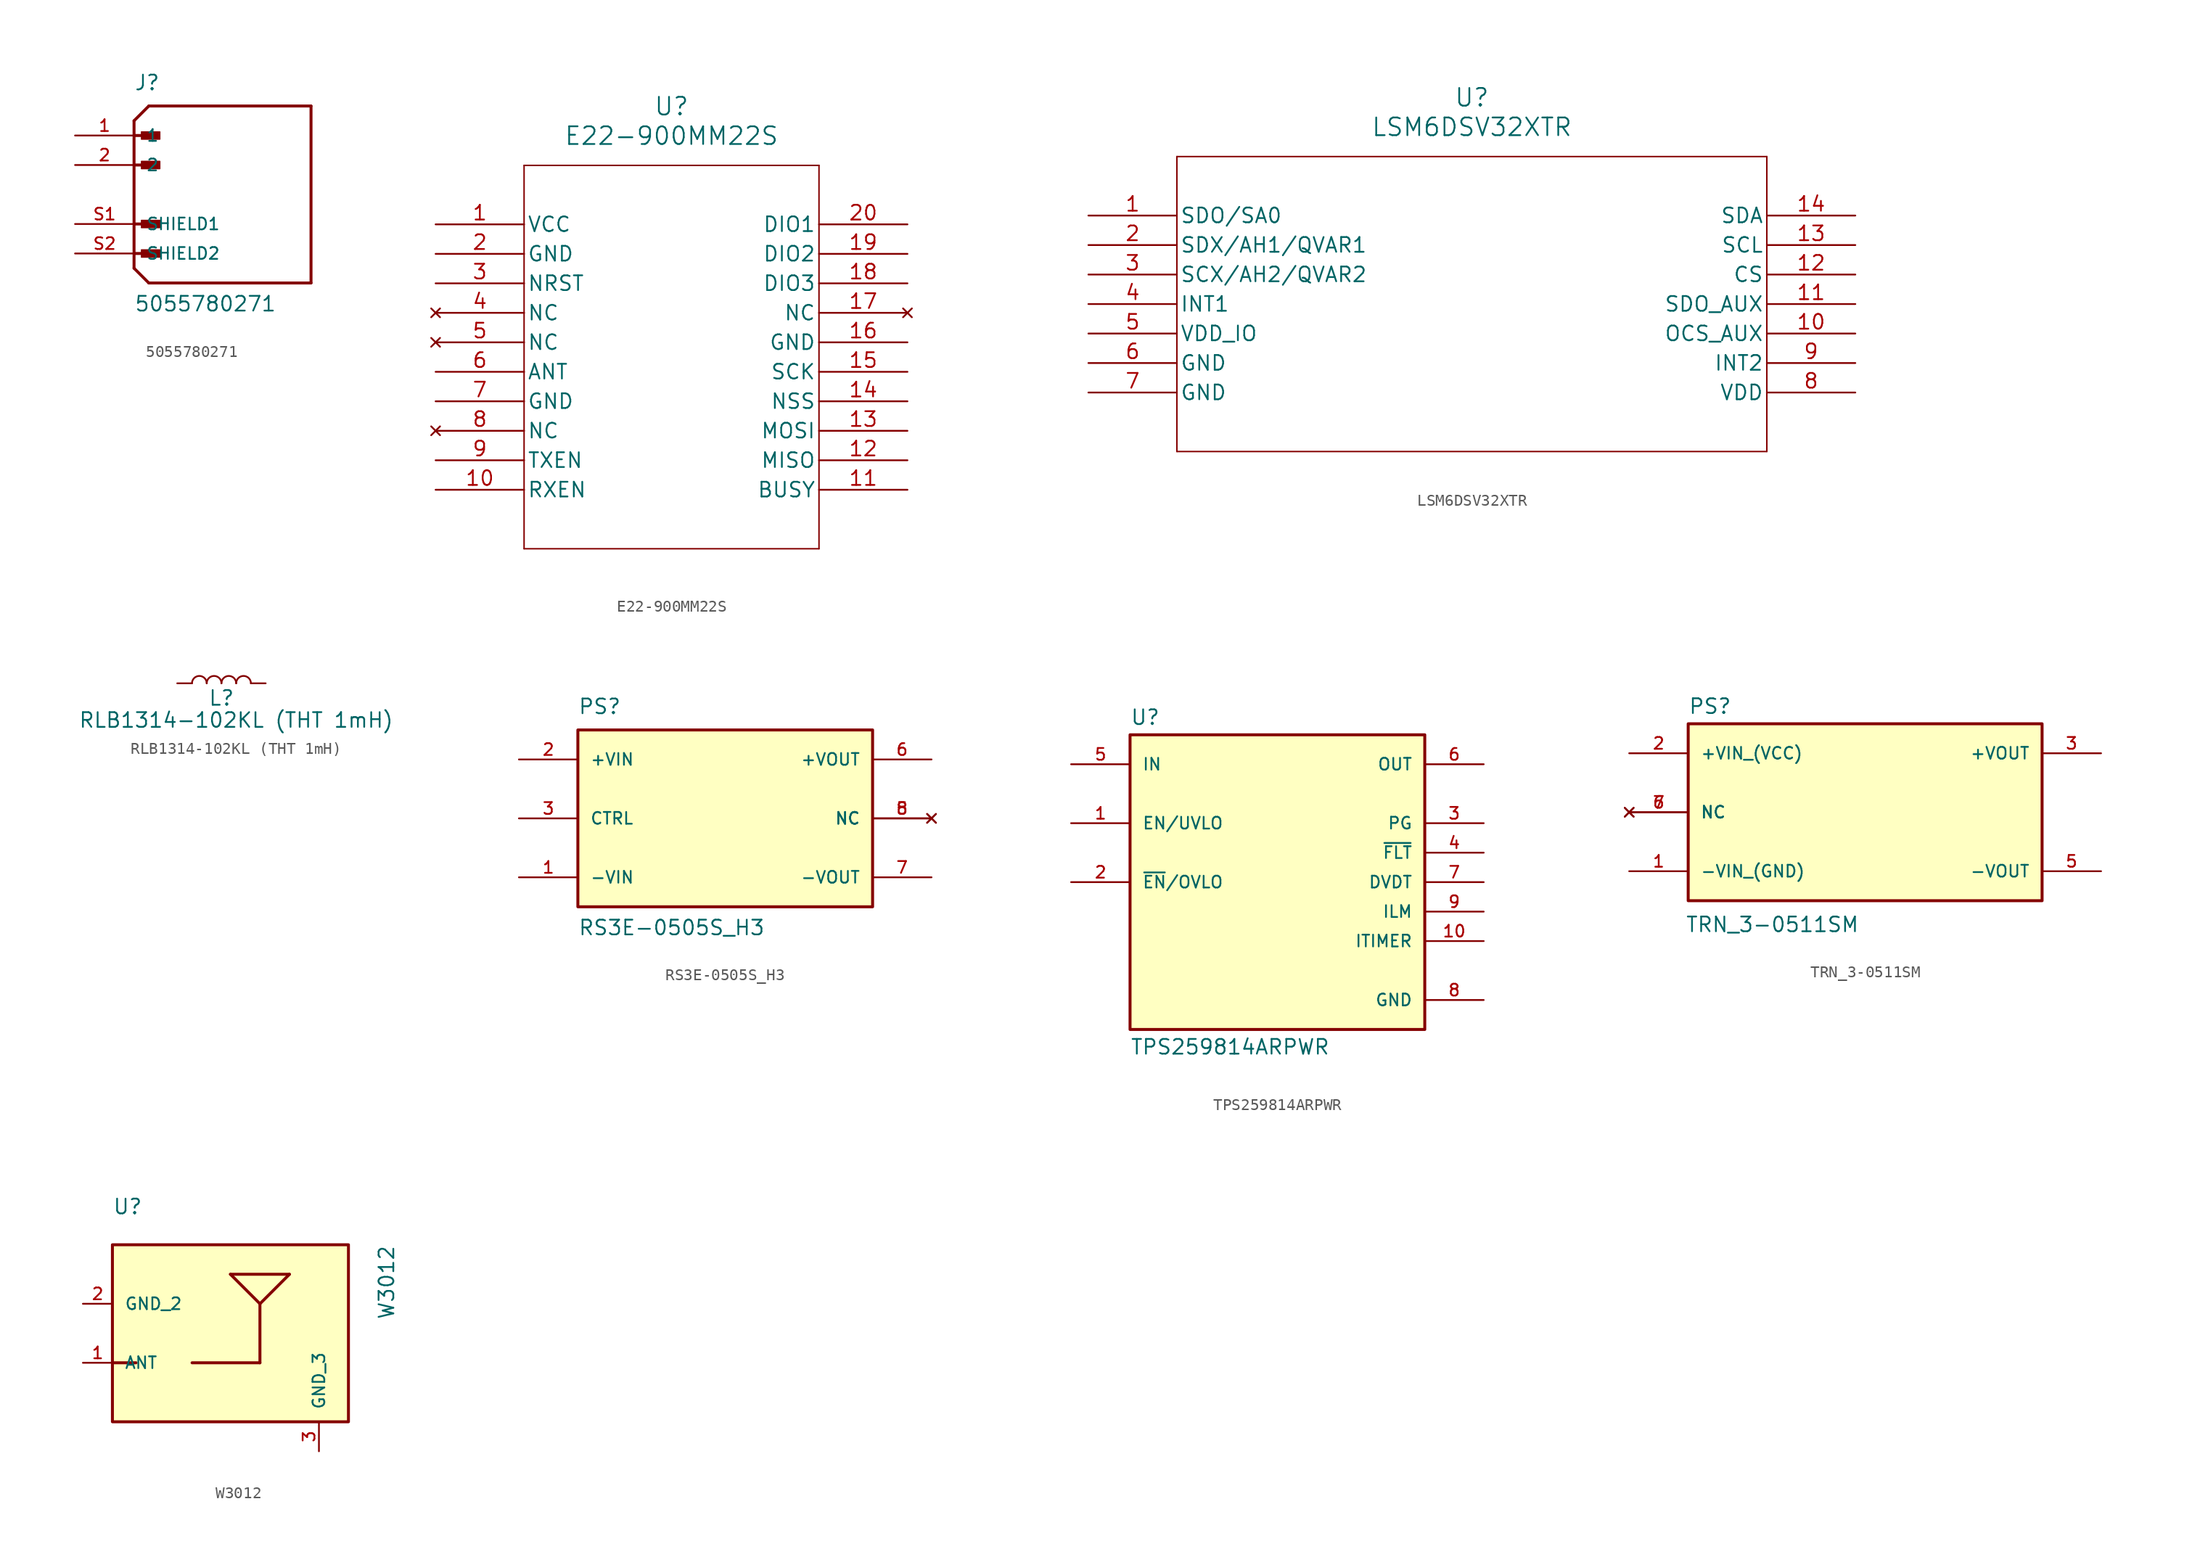
<source format=kicad_sym>
(kicad_symbol_lib
  (version 20231120)
  (generator "kicad_symbol_editor")
  (generator_version "8.0")
  (symbol "5055780271"
    (pin_names
      (offset 1.016))
    (property "Reference" "J"
      (at -7.62 8.89 0)
      (effects (font (size 1.27 1.27)) (justify left bottom)))
    (property "Value" "5055780271"
      (at -7.62 -10.16 0)
      (effects (font (size 1.27 1.27)) (justify left bottom)))
    (symbol "5055780271_0_0"
      (rectangle (start -6.985 -5.397) (end -5.397 -4.763) (stroke (width 0.1) (type default)) (fill (type outline)))
      (rectangle (start -6.985 -2.857) (end -5.397 -2.223) (stroke (width 0.1) (type default)) (fill (type outline)))
      (rectangle (start -6.985 2.223) (end -5.397 2.857) (stroke (width 0.1) (type default)) (fill (type outline)))
      (rectangle (start -6.985 4.763) (end -5.397 5.397) (stroke (width 0.1) (type default)) (fill (type outline)))
      (polyline (pts (xy -7.62 -6.35) (xy -6.35 -7.62)) (stroke (width 0.254) (type default)) (fill (type none)))
      (polyline (pts (xy -7.62 -5.08) (xy -5.715 -5.08)) (stroke (width 0.254) (type default)) (fill (type none)))
      (polyline (pts (xy -7.62 -2.54) (xy -5.715 -2.54)) (stroke (width 0.254) (type default)) (fill (type none)))
      (polyline (pts (xy -7.62 2.54) (xy -5.715 2.54)) (stroke (width 0.254) (type default)) (fill (type none)))
      (polyline (pts (xy -7.62 5.08) (xy -7.62 -6.35)) (stroke (width 0.254) (type default)) (fill (type none)))
      (polyline (pts (xy -7.62 5.08) (xy -5.715 5.08)) (stroke (width 0.254) (type default)) (fill (type none)))
      (polyline (pts (xy -7.62 6.35) (xy -7.62 5.08)) (stroke (width 0.254) (type default)) (fill (type none)))
      (polyline (pts (xy -7.62 6.35) (xy -6.35 7.62)) (stroke (width 0.254) (type default)) (fill (type none)))
      (polyline (pts (xy -6.35 -7.62) (xy 7.62 -7.62)) (stroke (width 0.254) (type default)) (fill (type none)))
      (polyline (pts (xy 7.62 -7.62) (xy 7.62 7.62)) (stroke (width 0.254) (type default)) (fill (type none)))
      (polyline (pts (xy 7.62 7.62) (xy -6.35 7.62)) (stroke (width 0.254) (type default)) (fill (type none)))
      (pin passive line (at -12.7 5.08 0) (length 5.08) (name "1" (effects (font (size 1.016 1.016)))) (number "1" (effects (font (size 1.016 1.016)))))
      (pin passive line (at -12.7 2.54 0) (length 5.08) (name "2" (effects (font (size 1.016 1.016)))) (number "2" (effects (font (size 1.016 1.016)))))
      (pin passive line (at -12.7 -2.54 0) (length 5.08) (name "SHIELD1" (effects (font (size 1.016 1.016)))) (number "S1" (effects (font (size 1.016 1.016)))))
      (pin passive line (at -12.7 -5.08 0) (length 5.08) (name "SHIELD2" (effects (font (size 1.016 1.016)))) (number "S2" (effects (font (size 1.016 1.016)))))))
  (symbol "E22-900MM22S"
    (pin_names
      (offset 0.254))
    (property "Reference" "U"
      (at 20.32 10.16 0)
      (effects (font (size 1.524 1.524))))
    (property "Value" "E22-900MM22S"
      (at 20.32 7.62 0)
      (effects (font (size 1.524 1.524))))
    (property "ki_locked" ""
      (at 0 0 0)
      (effects (font (size 1.27 1.27))))
    (symbol "E22-900MM22S_0_1"
      (polyline (pts (xy 7.62 -27.94) (xy 33.02 -27.94)) (stroke (width 0.127) (type default)) (fill (type none)))
      (polyline (pts (xy 7.62 5.08) (xy 7.62 -27.94)) (stroke (width 0.127) (type default)) (fill (type none)))
      (polyline (pts (xy 33.02 -27.94) (xy 33.02 5.08)) (stroke (width 0.127) (type default)) (fill (type none)))
      (polyline (pts (xy 33.02 5.08) (xy 7.62 5.08)) (stroke (width 0.127) (type default)) (fill (type none)))
      (pin power_in line (at 0 0 0) (length 7.62) (name "VCC" (effects (font (size 1.27 1.27)))) (number "1" (effects (font (size 1.27 1.27)))))
      (pin input line (at 0 -22.86 0) (length 7.62) (name "RXEN" (effects (font (size 1.27 1.27)))) (number "10" (effects (font (size 1.27 1.27)))))
      (pin output line (at 40.64 -22.86 180) (length 7.62) (name "BUSY" (effects (font (size 1.27 1.27)))) (number "11" (effects (font (size 1.27 1.27)))))
      (pin output line (at 40.64 -20.32 180) (length 7.62) (name "MISO" (effects (font (size 1.27 1.27)))) (number "12" (effects (font (size 1.27 1.27)))))
      (pin input line (at 40.64 -17.78 180) (length 7.62) (name "MOSI" (effects (font (size 1.27 1.27)))) (number "13" (effects (font (size 1.27 1.27)))))
      (pin input line (at 40.64 -15.24 180) (length 7.62) (name "NSS" (effects (font (size 1.27 1.27)))) (number "14" (effects (font (size 1.27 1.27)))))
      (pin input line (at 40.64 -12.7 180) (length 7.62) (name "SCK" (effects (font (size 1.27 1.27)))) (number "15" (effects (font (size 1.27 1.27)))))
      (pin power_out line (at 40.64 -10.16 180) (length 7.62) (name "GND" (effects (font (size 1.27 1.27)))) (number "16" (effects (font (size 1.27 1.27)))))
      (pin no_connect line (at 40.64 -7.62 180) (length 7.62) (name "NC" (effects (font (size 1.27 1.27)))) (number "17" (effects (font (size 1.27 1.27)))))
      (pin bidirectional line (at 40.64 -5.08 180) (length 7.62) (name "DIO3" (effects (font (size 1.27 1.27)))) (number "18" (effects (font (size 1.27 1.27)))))
      (pin bidirectional line (at 40.64 -2.54 180) (length 7.62) (name "DIO2" (effects (font (size 1.27 1.27)))) (number "19" (effects (font (size 1.27 1.27)))))
      (pin power_out line (at 0 -2.54 0) (length 7.62) (name "GND" (effects (font (size 1.27 1.27)))) (number "2" (effects (font (size 1.27 1.27)))))
      (pin bidirectional line (at 40.64 0 180) (length 7.62) (name "DIO1" (effects (font (size 1.27 1.27)))) (number "20" (effects (font (size 1.27 1.27)))))
      (pin input line (at 0 -5.08 0) (length 7.62) (name "NRST" (effects (font (size 1.27 1.27)))) (number "3" (effects (font (size 1.27 1.27)))))
      (pin no_connect line (at 0 -7.62 0) (length 7.62) (name "NC" (effects (font (size 1.27 1.27)))) (number "4" (effects (font (size 1.27 1.27)))))
      (pin no_connect line (at 0 -10.16 0) (length 7.62) (name "NC" (effects (font (size 1.27 1.27)))) (number "5" (effects (font (size 1.27 1.27)))))
      (pin unspecified line (at 0 -12.7 0) (length 7.62) (name "ANT" (effects (font (size 1.27 1.27)))) (number "6" (effects (font (size 1.27 1.27)))))
      (pin power_out line (at 0 -15.24 0) (length 7.62) (name "GND" (effects (font (size 1.27 1.27)))) (number "7" (effects (font (size 1.27 1.27)))))
      (pin no_connect line (at 0 -17.78 0) (length 7.62) (name "NC" (effects (font (size 1.27 1.27)))) (number "8" (effects (font (size 1.27 1.27)))))
      (pin input line (at 0 -20.32 0) (length 7.62) (name "TXEN" (effects (font (size 1.27 1.27)))) (number "9" (effects (font (size 1.27 1.27)))))))
  (symbol "LSM6DSV32XTR"
    (pin_names
      (offset 0.254))
    (property "Reference" "U"
      (at 33.02 10.16 0)
      (effects (font (size 1.524 1.524))))
    (property "Value" "LSM6DSV32XTR"
      (at 33.02 7.62 0)
      (effects (font (size 1.524 1.524))))
    (symbol "LSM6DSV32XTR_0_1"
      (polyline (pts (xy 7.62 -20.32) (xy 58.42 -20.32)) (stroke (width 0.127) (type default)) (fill (type none)))
      (polyline (pts (xy 7.62 5.08) (xy 7.62 -20.32)) (stroke (width 0.127) (type default)) (fill (type none)))
      (polyline (pts (xy 58.42 -20.32) (xy 58.42 5.08)) (stroke (width 0.127) (type default)) (fill (type none)))
      (polyline (pts (xy 58.42 5.08) (xy 7.62 5.08)) (stroke (width 0.127) (type default)) (fill (type none)))
      (pin unspecified line (at 0 0 0) (length 7.62) (name "SDO/SA0" (effects (font (size 1.27 1.27)))) (number "1" (effects (font (size 1.27 1.27)))))
      (pin unspecified line (at 66.04 -10.16 180) (length 7.62) (name "OCS_AUX" (effects (font (size 1.27 1.27)))) (number "10" (effects (font (size 1.27 1.27)))))
      (pin unspecified line (at 66.04 -7.62 180) (length 7.62) (name "SDO_AUX" (effects (font (size 1.27 1.27)))) (number "11" (effects (font (size 1.27 1.27)))))
      (pin unspecified line (at 66.04 -5.08 180) (length 7.62) (name "CS" (effects (font (size 1.27 1.27)))) (number "12" (effects (font (size 1.27 1.27)))))
      (pin unspecified line (at 66.04 -2.54 180) (length 7.62) (name "SCL" (effects (font (size 1.27 1.27)))) (number "13" (effects (font (size 1.27 1.27)))))
      (pin unspecified line (at 66.04 0 180) (length 7.62) (name "SDA" (effects (font (size 1.27 1.27)))) (number "14" (effects (font (size 1.27 1.27)))))
      (pin unspecified line (at 0 -2.54 0) (length 7.62) (name "SDX/AH1/QVAR1" (effects (font (size 1.27 1.27)))) (number "2" (effects (font (size 1.27 1.27)))))
      (pin unspecified line (at 0 -5.08 0) (length 7.62) (name "SCX/AH2/QVAR2" (effects (font (size 1.27 1.27)))) (number "3" (effects (font (size 1.27 1.27)))))
      (pin input line (at 0 -7.62 0) (length 7.62) (name "INT1" (effects (font (size 1.27 1.27)))) (number "4" (effects (font (size 1.27 1.27)))))
      (pin power_in line (at 0 -10.16 0) (length 7.62) (name "VDD_IO" (effects (font (size 1.27 1.27)))) (number "5" (effects (font (size 1.27 1.27)))))
      (pin power_out line (at 0 -12.7 0) (length 7.62) (name "GND" (effects (font (size 1.27 1.27)))) (number "6" (effects (font (size 1.27 1.27)))))
      (pin power_out line (at 0 -15.24 0) (length 7.62) (name "GND" (effects (font (size 1.27 1.27)))) (number "7" (effects (font (size 1.27 1.27)))))
      (pin power_in line (at 66.04 -15.24 180) (length 7.62) (name "VDD" (effects (font (size 1.27 1.27)))) (number "8" (effects (font (size 1.27 1.27)))))
      (pin input line (at 66.04 -12.7 180) (length 7.62) (name "INT2" (effects (font (size 1.27 1.27)))) (number "9" (effects (font (size 1.27 1.27)))))))
  (symbol "RLB1314-102KL (THT 1mH)"
    (pin_numbers hide)
    (pin_names
      (offset 1.016) hide)
    (property "Reference" "L"
      (at 0 -1.27 0)
      (effects (font (size 1.27 1.27))))
    (property "Value" "RLB1314-102KL (THT 1mH)"
      (at 1.27 -3.175 0)
      (effects (font (size 1.27 1.27))))
    (symbol "RLB1314-102KL (THT 1mH)_0_1"
      (arc (start -1.27 0) (mid -1.905 0.6323) (end -2.54 0) (stroke (width 0) (type default)) (fill (type none)))
      (arc (start 0 0) (mid -0.635 0.6323) (end -1.27 0) (stroke (width 0) (type default)) (fill (type none)))
      (arc (start 1.27 0) (mid 0.635 0.6323) (end 0 0) (stroke (width 0) (type default)) (fill (type none)))
      (arc (start 2.54 0) (mid 1.905 0.6323) (end 1.27 0) (stroke (width 0) (type default)) (fill (type none))))
    (symbol "RLB1314-102KL (THT 1mH)_1_1"
      (pin passive line (at -3.81 0 0) (length 1.27) (name "1" (effects (font (size 1.27 1.27)))) (number "1" (effects (font (size 1.27 1.27)))))
      (pin passive line (at 3.81 0 180) (length 1.27) (name "2" (effects (font (size 1.27 1.27)))) (number "2" (effects (font (size 1.27 1.27)))))))
  (symbol "RS3E-0505S_H3"
    (pin_names
      (offset 1.016))
    (property "Reference" "PS"
      (at -12.704 8.898 0)
      (effects (font (size 1.27 1.27)) (justify left bottom)))
    (property "Value" "RS3E-0505S_H3"
      (at -12.701 -10.163 0)
      (effects (font (size 1.27 1.27)) (justify left bottom)))
    (symbol "RS3E-0505S_H3_0_0"
      (rectangle (start -12.7 -7.62) (end 12.7 7.62) (stroke (width 0.254) (type default)) (fill (type background)))
      (pin input line (at -17.78 -5.08 0) (length 5.08) (name "-VIN" (effects (font (size 1.016 1.016)))) (number "1" (effects (font (size 1.016 1.016)))))
      (pin input line (at -17.78 5.08 0) (length 5.08) (name "+VIN" (effects (font (size 1.016 1.016)))) (number "2" (effects (font (size 1.016 1.016)))))
      (pin input line (at -17.78 0 0) (length 5.08) (name "CTRL" (effects (font (size 1.016 1.016)))) (number "3" (effects (font (size 1.016 1.016)))))
      (pin no_connect line (at 17.78 0 180) (length 5.08) (name "NC" (effects (font (size 1.016 1.016)))) (number "5" (effects (font (size 1.016 1.016)))))
      (pin output line (at 17.78 5.08 180) (length 5.08) (name "+VOUT" (effects (font (size 1.016 1.016)))) (number "6" (effects (font (size 1.016 1.016)))))
      (pin output line (at 17.78 -5.08 180) (length 5.08) (name "-VOUT" (effects (font (size 1.016 1.016)))) (number "7" (effects (font (size 1.016 1.016)))))
      (pin no_connect line (at 17.78 0 180) (length 5.08) (name "NC" (effects (font (size 1.016 1.016)))) (number "8" (effects (font (size 1.016 1.016)))))))
  (symbol "TPS259814ARPWR"
    (pin_names
      (offset 1.016))
    (property "Reference" "U"
      (at -12.7 13.462 0)
      (effects (font (size 1.27 1.27)) (justify left bottom)))
    (property "Value" "TPS259814ARPWR"
      (at -12.7 -13.462 0)
      (effects (font (size 1.27 1.27)) (justify left top)))
    (symbol "TPS259814ARPWR_0_0"
      (rectangle (start -12.7 -12.7) (end 12.7 12.7) (stroke (width 0.254) (type default)) (fill (type background)))
      (pin input line (at -17.78 5.08 0) (length 5.08) (name "EN/UVLO" (effects (font (size 1.016 1.016)))) (number "1" (effects (font (size 1.016 1.016)))))
      (pin output line (at 17.78 -5.08 180) (length 5.08) (name "ITIMER" (effects (font (size 1.016 1.016)))) (number "10" (effects (font (size 1.016 1.016)))))
      (pin input line (at -17.78 0 0) (length 5.08) (name "~{EN}/OVLO" (effects (font (size 1.016 1.016)))) (number "2" (effects (font (size 1.016 1.016)))))
      (pin output line (at 17.78 5.08 180) (length 5.08) (name "PG" (effects (font (size 1.016 1.016)))) (number "3" (effects (font (size 1.016 1.016)))))
      (pin output line (at 17.78 2.54 180) (length 5.08) (name "~{FLT}" (effects (font (size 1.016 1.016)))) (number "4" (effects (font (size 1.016 1.016)))))
      (pin power_in line (at -17.78 10.16 0) (length 5.08) (name "IN" (effects (font (size 1.016 1.016)))) (number "5" (effects (font (size 1.016 1.016)))))
      (pin power_in line (at 17.78 10.16 180) (length 5.08) (name "OUT" (effects (font (size 1.016 1.016)))) (number "6" (effects (font (size 1.016 1.016)))))
      (pin output line (at 17.78 0 180) (length 5.08) (name "DVDT" (effects (font (size 1.016 1.016)))) (number "7" (effects (font (size 1.016 1.016)))))
      (pin power_in line (at 17.78 -10.16 180) (length 5.08) (name "GND" (effects (font (size 1.016 1.016)))) (number "8" (effects (font (size 1.016 1.016)))))
      (pin output line (at 17.78 -2.54 180) (length 5.08) (name "ILM" (effects (font (size 1.016 1.016)))) (number "9" (effects (font (size 1.016 1.016)))))))
  (symbol "TRN_3-0511SM"
    (pin_names
      (offset 1.016))
    (property "Reference" "PS"
      (at -15.24 8.382 0)
      (effects (font (size 1.27 1.27)) (justify left bottom)))
    (property "Value" "TRN_3-0511SM"
      (at -15.494 -10.414 0)
      (effects (font (size 1.27 1.27)) (justify left bottom)))
    (symbol "TRN_3-0511SM_0_0"
      (rectangle (start -15.24 -7.62) (end 15.24 7.62) (stroke (width 0.254) (type default)) (fill (type background)))
      (pin input line (at -20.32 -5.08 0) (length 5.08) (name "-VIN_(GND)" (effects (font (size 1.016 1.016)))) (number "1" (effects (font (size 1.016 1.016)))))
      (pin input line (at -20.32 5.08 0) (length 5.08) (name "+VIN_(VCC)" (effects (font (size 1.016 1.016)))) (number "2" (effects (font (size 1.016 1.016)))))
      (pin output line (at 20.32 5.08 180) (length 5.08) (name "+VOUT" (effects (font (size 1.016 1.016)))) (number "3" (effects (font (size 1.016 1.016)))))
      (pin output line (at 20.32 -5.08 180) (length 5.08) (name "-VOUT" (effects (font (size 1.016 1.016)))) (number "5" (effects (font (size 1.016 1.016)))))
      (pin no_connect line (at -20.32 0 0) (length 5.08) (name "NC" (effects (font (size 1.016 1.016)))) (number "6" (effects (font (size 1.016 1.016)))))
      (pin no_connect line (at -20.32 0 0) (length 5.08) (name "NC" (effects (font (size 1.016 1.016)))) (number "7" (effects (font (size 1.016 1.016)))))))
  (symbol "W3012"
    (pin_names
      (offset 1.016))
    (property "Reference" "U"
      (at -10.16 15.24 0)
      (effects (font (size 1.27 1.27)) (justify left bottom)))
    (property "Value" "W3012"
      (at 12.7 12.7 90)
      (effects (font (size 1.27 1.27)) (justify right top)))
    (symbol "W3012_0_0"
      (rectangle (start -10.16 -2.54) (end 10.16 12.7) (stroke (width 0.254) (type default)) (fill (type background)))
      (polyline (pts (xy -8.128 2.54) (xy -10.033 2.54)) (stroke (width 0.254) (type default)) (fill (type none)))
      (polyline (pts (xy 0 10.16) (xy 2.54 7.62)) (stroke (width 0.254) (type default)) (fill (type none)))
      (polyline (pts (xy 0 10.16) (xy 5.08 10.16)) (stroke (width 0.254) (type default)) (fill (type none)))
      (polyline (pts (xy 2.54 2.54) (xy -3.302 2.54)) (stroke (width 0.254) (type default)) (fill (type none)))
      (polyline (pts (xy 2.54 2.54) (xy 2.54 7.62)) (stroke (width 0.254) (type default)) (fill (type none)))
      (polyline (pts (xy 2.54 7.62) (xy 5.08 10.16)) (stroke (width 0.254) (type default)) (fill (type none)))
      (pin bidirectional line (at -12.7 2.54 0) (length 2.54) (name "ANT" (effects (font (size 1.016 1.016)))) (number "1" (effects (font (size 1.016 1.016)))))
      (pin power_in line (at -12.7 7.62 0) (length 2.54) (name "GND_2" (effects (font (size 1.016 1.016)))) (number "2" (effects (font (size 1.016 1.016)))))
      (pin power_in line (at 7.62 -5.08 90) (length 2.54) (name "GND_3" (effects (font (size 1.016 1.016)))) (number "3" (effects (font (size 1.016 1.016))))))))
</source>
